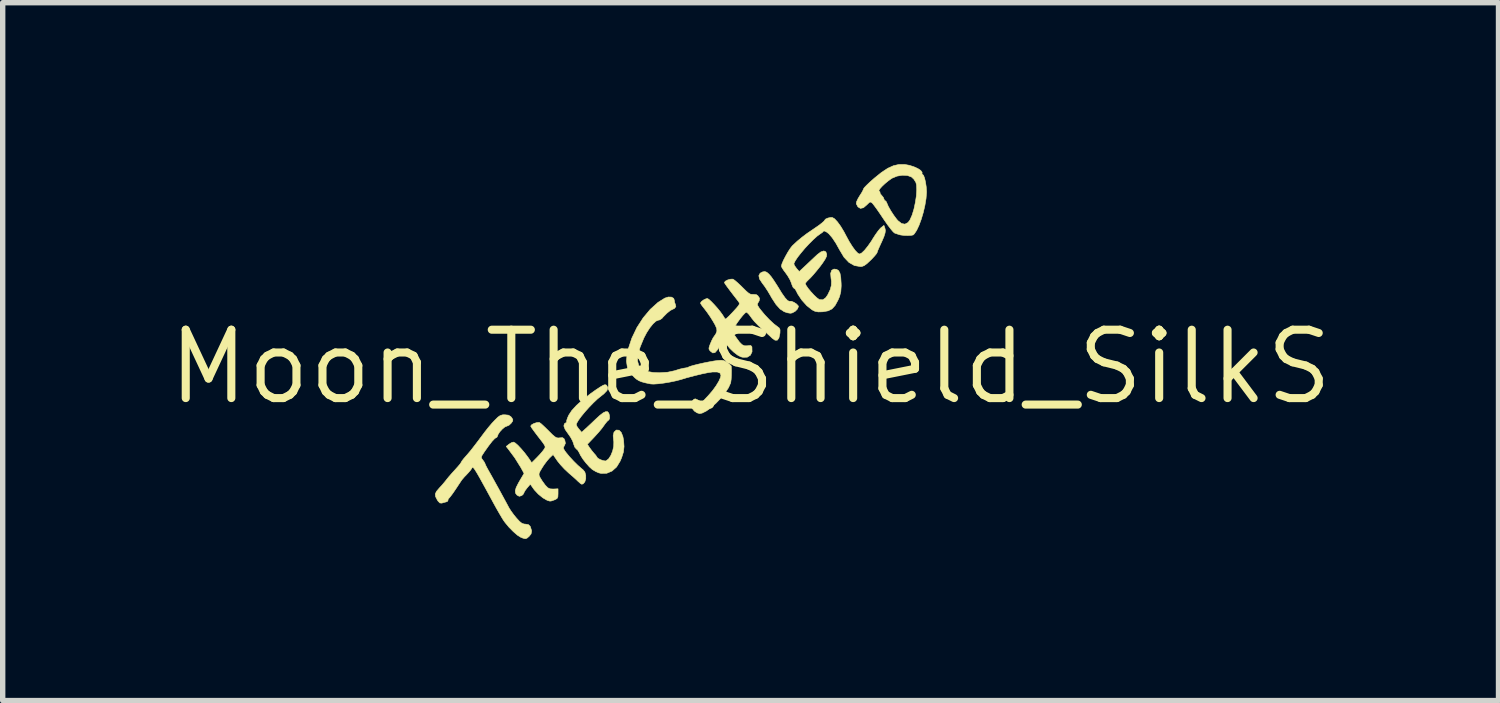
<source format=kicad_pcb>
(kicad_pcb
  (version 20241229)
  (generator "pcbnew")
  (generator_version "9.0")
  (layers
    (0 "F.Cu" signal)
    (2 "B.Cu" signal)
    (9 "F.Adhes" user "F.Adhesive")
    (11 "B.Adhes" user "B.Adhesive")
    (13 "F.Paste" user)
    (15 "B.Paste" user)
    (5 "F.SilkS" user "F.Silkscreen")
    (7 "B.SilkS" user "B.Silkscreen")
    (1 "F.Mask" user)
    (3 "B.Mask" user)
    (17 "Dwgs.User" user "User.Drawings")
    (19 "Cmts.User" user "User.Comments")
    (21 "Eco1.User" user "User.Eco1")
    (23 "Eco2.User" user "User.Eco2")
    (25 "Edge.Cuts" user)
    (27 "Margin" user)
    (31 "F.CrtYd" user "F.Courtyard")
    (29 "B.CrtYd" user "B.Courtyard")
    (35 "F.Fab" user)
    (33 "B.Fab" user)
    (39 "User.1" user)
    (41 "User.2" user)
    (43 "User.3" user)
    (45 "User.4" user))
  (footprint "Moon_The_Shield_SilkS"
    (layer "F.Cu")
    (at 10.893 3.765)
    (property "Reference" "Moon_The_Shield_SilkS" (at 0 0 180) (layer "F.SilkS") (effects (font (size 1.27 1.27) (thickness 0.15))))
    (attr through_hole)
    (fp_poly (pts (xy 0.3 -1.758) (xy 0.341 -1.723) (xy 0.381 -1.677) (xy 0.431 -1.606) (xy 0.484 -1.524) (xy 0.502 -1.496) (xy 0.579 -1.37) (xy 0.641 -1.282) (xy 0.688 -1.231) (xy 0.72 -1.218) (xy 0.723 -1.219) (xy 0.757 -1.219) (xy 0.806 -1.199) (xy 0.853 -1.168) (xy 0.884 -1.135) (xy 0.889 -1.121) (xy 0.871 -1.076) (xy 0.828 -1.032) (xy 0.773 -1.002) (xy 0.739 -0.996) (xy 0.682 -1.005) (xy 0.624 -1.025) (xy 0.549 -1.074) (xy 0.473 -1.158) (xy 0.394 -1.279) (xy 0.366 -1.329) (xy 0.316 -1.413) (xy 0.262 -1.495) (xy 0.217 -1.555) (xy 0.166 -1.632) (xy 0.153 -1.694) (xy 0.177 -1.74) (xy 0.219 -1.763) (xy 0.263 -1.771) (xy 0.3 -1.758)) (stroke (width 0.01) (type solid)) (fill yes) (layer "F.SilkS"))
    (fp_poly (pts (xy 2.863 -3.76) (xy 2.95 -3.744) (xy 3.034 -3.717) (xy 3.107 -3.684) (xy 3.16 -3.649) (xy 3.186 -3.615) (xy 3.184 -3.596) (xy 3.187 -3.578) (xy 3.192 -3.577) (xy 3.212 -3.558) (xy 3.232 -3.506) (xy 3.249 -3.433) (xy 3.262 -3.347) (xy 3.268 -3.261) (xy 3.268 -3.239) (xy 3.259 -3.125) (xy 3.238 -2.999) (xy 3.208 -2.869) (xy 3.17 -2.742) (xy 3.128 -2.628) (xy 3.084 -2.535) (xy 3.041 -2.471) (xy 3.02 -2.451) (xy 2.983 -2.443) (xy 2.921 -2.44) (xy 2.85 -2.442) (xy 2.787 -2.45) (xy 2.762 -2.456) (xy 2.705 -2.475) (xy 2.676 -2.485) (xy 2.649 -2.508) (xy 2.605 -2.56) (xy 2.549 -2.633) (xy 2.487 -2.722) (xy 2.466 -2.753) (xy 2.403 -2.847) (xy 2.345 -2.931) (xy 2.297 -2.996) (xy 2.266 -3.036) (xy 2.26 -3.042) (xy 2.234 -3.061) (xy 2.21 -3.059) (xy 2.178 -3.029) (xy 2.159 -3.01) (xy 2.096 -2.956) (xy 2.04 -2.944) (xy 1.994 -2.972) (xy 1.963 -3.03) (xy 1.968 -3.067) (xy 1.995 -3.125) (xy 2.023 -3.172) (xy 2.062 -3.233) (xy 2.085 -3.275) (xy 2.383 -3.275) (xy 2.387 -3.265) (xy 2.405 -3.247) (xy 2.403 -3.24) (xy 2.409 -3.215) (xy 2.435 -3.185) (xy 2.466 -3.147) (xy 2.477 -3.119) (xy 2.488 -3.093) (xy 2.496 -3.09) (xy 2.517 -3.073) (xy 2.531 -3.044) (xy 2.558 -2.981) (xy 2.604 -2.9) (xy 2.659 -2.816) (xy 2.714 -2.742) (xy 2.737 -2.716) (xy 2.804 -2.663) (xy 2.867 -2.651) (xy 2.924 -2.681) (xy 2.961 -2.731) (xy 3 -2.819) (xy 3.034 -2.93) (xy 3.06 -3.052) (xy 3.079 -3.175) (xy 3.086 -3.288) (xy 3.082 -3.38) (xy 3.07 -3.427) (xy 3.033 -3.486) (xy 2.988 -3.528) (xy 2.913 -3.555) (xy 2.818 -3.56) (xy 2.719 -3.543) (xy 2.628 -3.505) (xy 2.621 -3.501) (xy 2.558 -3.456) (xy 2.495 -3.404) (xy 2.44 -3.352) (xy 2.4 -3.307) (xy 2.383 -3.275) (xy 2.085 -3.275) (xy 2.089 -3.283) (xy 2.097 -3.306) (xy 2.113 -3.33) (xy 2.155 -3.374) (xy 2.217 -3.433) (xy 2.293 -3.5) (xy 2.296 -3.503) (xy 2.431 -3.612) (xy 2.548 -3.689) (xy 2.654 -3.737) (xy 2.755 -3.76) (xy 2.859 -3.76) (xy 2.863 -3.76)) (stroke (width 0.01) (type solid)) (fill yes) (layer "F.SilkS"))
    (fp_poly (pts (xy -2.684 0.336) (xy -2.673 0.345) (xy -2.652 0.388) (xy -2.668 0.44) (xy -2.725 0.5) (xy -2.777 0.541) (xy -2.845 0.596) (xy -2.922 0.669) (xy -3.002 0.752) (xy -3.079 0.838) (xy -3.147 0.921) (xy -3.2 0.994) (xy -3.232 1.049) (xy -3.238 1.073) (xy -3.226 1.105) (xy -3.194 1.15) (xy -3.188 1.157) (xy -3.138 1.215) (xy -3.07 1.153) (xy -3.019 1.106) (xy -2.952 1.043) (xy -2.884 0.978) (xy -2.801 0.902) (xy -2.739 0.854) (xy -2.693 0.832) (xy -2.659 0.832) (xy -2.657 0.833) (xy -2.634 0.859) (xy -2.621 0.905) (xy -2.619 0.953) (xy -2.632 0.985) (xy -2.637 0.988) (xy -2.663 1.01) (xy -2.701 1.056) (xy -2.722 1.086) (xy -2.765 1.145) (xy -2.826 1.218) (xy -2.894 1.293) (xy -2.906 1.306) (xy -3.032 1.438) (xy -2.994 1.497) (xy -2.95 1.556) (xy -2.907 1.608) (xy -2.873 1.647) (xy -2.858 1.671) (xy -2.857 1.673) (xy -2.839 1.696) (xy -2.796 1.721) (xy -2.744 1.74) (xy -2.699 1.748) (xy -2.688 1.746) (xy -2.64 1.712) (xy -2.597 1.647) (xy -2.563 1.564) (xy -2.543 1.475) (xy -2.541 1.391) (xy -2.544 1.37) (xy -2.553 1.279) (xy -2.537 1.212) (xy -2.497 1.175) (xy -2.492 1.173) (xy -2.443 1.177) (xy -2.402 1.219) (xy -2.372 1.296) (xy -2.359 1.367) (xy -2.351 1.48) (xy -2.362 1.58) (xy -2.395 1.685) (xy -2.423 1.751) (xy -2.489 1.859) (xy -2.574 1.935) (xy -2.671 1.976) (xy -2.776 1.979) (xy -2.82 1.969) (xy -2.877 1.944) (xy -2.938 1.908) (xy -2.942 1.905) (xy -2.994 1.858) (xy -3.055 1.79) (xy -3.114 1.714) (xy -3.16 1.642) (xy -3.184 1.592) (xy -3.212 1.546) (xy -3.237 1.525) (xy -3.266 1.491) (xy -3.286 1.437) (xy -3.287 1.431) (xy -3.307 1.375) (xy -3.345 1.305) (xy -3.385 1.248) (xy -3.445 1.162) (xy -3.469 1.098) (xy -3.459 1.057) (xy -3.44 1.045) (xy -3.417 1.026) (xy -3.418 1.017) (xy -3.415 0.99) (xy -3.397 0.939) (xy -3.377 0.895) (xy -3.321 0.81) (xy -3.231 0.712) (xy -3.111 0.605) (xy -2.966 0.492) (xy -2.864 0.42) (xy -2.787 0.37) (xy -2.737 0.341) (xy -2.705 0.331) (xy -2.684 0.336)) (stroke (width 0.01) (type solid)) (fill yes) (layer "F.SilkS"))
    (fp_poly (pts (xy -1.47 -1.296) (xy -1.429 -1.273) (xy -1.418 -1.241) (xy -1.409 -1.19) (xy -1.399 -1.166) (xy -1.388 -1.12) (xy -1.416 -1.084) (xy -1.446 -1.071) (xy -1.495 -1.046) (xy -1.558 -0.994) (xy -1.626 -0.925) (xy -1.647 -0.9) (xy -1.688 -0.873) (xy -1.713 -0.868) (xy -1.757 -0.85) (xy -1.812 -0.8) (xy -1.872 -0.726) (xy -1.931 -0.635) (xy -1.982 -0.538) (xy -2.052 -0.369) (xy -2.092 -0.228) (xy -2.101 -0.114) (xy -2.078 -0.026) (xy -2.023 0.039) (xy -1.935 0.082) (xy -1.812 0.104) (xy -1.695 0.109) (xy -1.539 0.099) (xy -1.409 0.071) (xy -1.388 0.064) (xy -1.314 0.041) (xy -1.251 0.026) (xy -1.218 0.021) (xy -1.172 0.013) (xy -1.153 0.003) (xy -1.123 -0.01) (xy -1.061 -0.028) (xy -0.977 -0.049) (xy -0.88 -0.071) (xy -0.78 -0.091) (xy -0.687 -0.108) (xy -0.618 -0.118) (xy -0.545 -0.123) (xy -0.493 -0.115) (xy -0.444 -0.089) (xy -0.433 -0.081) (xy -0.387 -0.046) (xy -0.361 -0.017) (xy -0.359 -0.011) (xy -0.356 0.067) (xy -0.357 0.153) (xy -0.361 0.232) (xy -0.369 0.289) (xy -0.371 0.299) (xy -0.41 0.386) (xy -0.473 0.482) (xy -0.552 0.58) (xy -0.641 0.673) (xy -0.733 0.755) (xy -0.821 0.819) (xy -0.899 0.858) (xy -0.946 0.868) (xy -0.994 0.854) (xy -1.044 0.821) (xy -1.045 0.82) (xy -1.098 0.755) (xy -1.11 0.693) (xy -1.081 0.633) (xy -1.081 0.633) (xy -1.052 0.601) (xy -1.026 0.594) (xy -0.988 0.611) (xy -0.971 0.62) (xy -0.903 0.658) (xy -0.789 0.537) (xy -0.71 0.446) (xy -0.642 0.353) (xy -0.589 0.265) (xy -0.557 0.192) (xy -0.551 0.156) (xy -0.568 0.115) (xy -0.619 0.095) (xy -0.707 0.095) (xy -0.79 0.107) (xy -0.907 0.131) (xy -1.047 0.165) (xy -1.19 0.203) (xy -1.291 0.234) (xy -1.386 0.259) (xy -1.496 0.282) (xy -1.61 0.301) (xy -1.715 0.314) (xy -1.802 0.32) (xy -1.857 0.317) (xy -1.957 0.296) (xy -2.026 0.277) (xy -2.076 0.256) (xy -2.119 0.229) (xy -2.155 0.199) (xy -2.239 0.11) (xy -2.289 0.01) (xy -2.306 -0.107) (xy -2.293 -0.246) (xy -2.274 -0.329) (xy -2.206 -0.534) (xy -2.112 -0.73) (xy -1.996 -0.91) (xy -1.864 -1.068) (xy -1.721 -1.197) (xy -1.594 -1.277) (xy -1.529 -1.298) (xy -1.47 -1.296)) (stroke (width 0.01) (type solid)) (fill yes) (layer "F.SilkS"))
    (fp_poly (pts (xy -3.919 1.036) (xy -3.889 1.058) (xy -3.839 1.104) (xy -3.777 1.164) (xy -3.749 1.192) (xy -3.683 1.258) (xy -3.637 1.297) (xy -3.602 1.317) (xy -3.57 1.321) (xy -3.543 1.318) (xy -3.493 1.315) (xy -3.466 1.333) (xy -3.451 1.364) (xy -3.44 1.42) (xy -3.46 1.465) (xy -3.476 1.495) (xy -3.473 1.523) (xy -3.449 1.563) (xy -3.424 1.596) (xy -3.362 1.671) (xy -3.287 1.752) (xy -3.21 1.828) (xy -3.142 1.888) (xy -3.115 1.909) (xy -3.079 1.953) (xy -3.062 2.014) (xy -3.062 2.079) (xy -3.079 2.136) (xy -3.111 2.173) (xy -3.137 2.18) (xy -3.161 2.166) (xy -3.198 2.133) (xy -3.201 2.131) (xy -3.24 2.093) (xy -3.3 2.039) (xy -3.369 1.98) (xy -3.38 1.97) (xy -3.457 1.898) (xy -3.532 1.817) (xy -3.59 1.745) (xy -3.591 1.743) (xy -3.669 1.629) (xy -3.735 1.692) (xy -3.782 1.746) (xy -3.836 1.818) (xy -3.873 1.875) (xy -3.911 1.939) (xy -3.929 1.98) (xy -3.93 2.011) (xy -3.917 2.044) (xy -3.908 2.06) (xy -3.87 2.121) (xy -3.822 2.187) (xy -3.812 2.2) (xy -3.767 2.246) (xy -3.724 2.266) (xy -3.665 2.269) (xy -3.577 2.265) (xy -3.577 2.356) (xy -3.58 2.415) (xy -3.596 2.446) (xy -3.633 2.467) (xy -3.647 2.472) (xy -3.697 2.49) (xy -3.727 2.494) (xy -3.757 2.486) (xy -3.784 2.476) (xy -3.86 2.432) (xy -3.943 2.364) (xy -4.016 2.286) (xy -4.036 2.259) (xy -4.092 2.179) (xy -4.151 2.248) (xy -4.188 2.297) (xy -4.209 2.335) (xy -4.211 2.343) (xy -4.229 2.373) (xy -4.256 2.393) (xy -4.298 2.404) (xy -4.336 2.384) (xy -4.342 2.379) (xy -4.367 2.345) (xy -4.372 2.302) (xy -4.355 2.242) (xy -4.314 2.16) (xy -4.283 2.106) (xy -4.208 1.979) (xy -4.266 1.873) (xy -4.38 1.69) (xy -4.493 1.538) (xy -4.54 1.478) (xy -4.49 1.438) (xy -4.443 1.408) (xy -4.404 1.397) (xy -4.373 1.413) (xy -4.323 1.456) (xy -4.263 1.52) (xy -4.198 1.596) (xy -4.137 1.677) (xy -4.119 1.702) (xy -4.066 1.781) (xy -3.972 1.687) (xy -3.915 1.627) (xy -3.866 1.57) (xy -3.842 1.538) (xy -3.826 1.514) (xy -3.817 1.495) (xy -3.819 1.474) (xy -3.834 1.445) (xy -3.865 1.4) (xy -3.916 1.334) (xy -3.974 1.259) (xy -4.024 1.192) (xy -4.063 1.138) (xy -4.083 1.104) (xy -4.085 1.099) (xy -4.067 1.075) (xy -4.024 1.051) (xy -3.972 1.035) (xy -3.928 1.032) (xy -3.919 1.036)) (stroke (width 0.01) (type solid)) (fill yes) (layer "F.SilkS"))
    (fp_poly (pts (xy -4.498 0.897) (xy -4.455 0.923) (xy -4.44 0.94) (xy -4.417 0.977) (xy -4.419 1.006) (xy -4.447 1.046) (xy -4.488 1.084) (xy -4.528 1.101) (xy -4.529 1.101) (xy -4.566 1.117) (xy -4.613 1.156) (xy -4.659 1.206) (xy -4.691 1.255) (xy -4.699 1.281) (xy -4.714 1.309) (xy -4.725 1.313) (xy -4.754 1.332) (xy -4.802 1.383) (xy -4.866 1.466) (xy -4.944 1.576) (xy -4.957 1.596) (xy -4.99 1.647) (xy -5.002 1.678) (xy -4.993 1.705) (xy -4.973 1.732) (xy -4.944 1.773) (xy -4.932 1.8) (xy -4.932 1.8) (xy -4.922 1.825) (xy -4.896 1.876) (xy -4.859 1.943) (xy -4.854 1.951) (xy -4.81 2.029) (xy -4.751 2.136) (xy -4.681 2.262) (xy -4.607 2.398) (xy -4.532 2.536) (xy -4.485 2.624) (xy -4.45 2.678) (xy -4.399 2.748) (xy -4.349 2.809) (xy -4.292 2.871) (xy -4.249 2.905) (xy -4.209 2.919) (xy -4.183 2.921) (xy -4.127 2.93) (xy -4.094 2.963) (xy -4.089 2.975) (xy -4.067 3.047) (xy -4.078 3.103) (xy -4.115 3.149) (xy -4.154 3.182) (xy -4.186 3.192) (xy -4.228 3.182) (xy -4.27 3.165) (xy -4.332 3.126) (xy -4.407 3.061) (xy -4.487 2.98) (xy -4.56 2.892) (xy -4.591 2.849) (xy -4.622 2.799) (xy -4.668 2.721) (xy -4.723 2.625) (xy -4.782 2.518) (xy -4.804 2.477) (xy -4.898 2.304) (xy -4.974 2.166) (xy -5.033 2.059) (xy -5.079 1.979) (xy -5.113 1.923) (xy -5.138 1.887) (xy -5.155 1.87) (xy -5.166 1.866) (xy -5.175 1.874) (xy -5.179 1.884) (xy -5.201 1.917) (xy -5.242 1.965) (xy -5.268 1.993) (xy -5.317 2.044) (xy -5.354 2.087) (xy -5.366 2.102) (xy -5.387 2.133) (xy -5.424 2.189) (xy -5.471 2.26) (xy -5.485 2.281) (xy -5.533 2.351) (xy -5.575 2.407) (xy -5.603 2.44) (xy -5.607 2.444) (xy -5.622 2.468) (xy -5.62 2.476) (xy -5.628 2.496) (xy -5.651 2.507) (xy -5.709 2.523) (xy -5.736 2.531) (xy -5.772 2.528) (xy -5.806 2.494) (xy -5.82 2.472) (xy -5.852 2.41) (xy -5.858 2.362) (xy -5.835 2.313) (xy -5.784 2.253) (xy -5.725 2.188) (xy -5.669 2.121) (xy -5.649 2.095) (xy -5.606 2.042) (xy -5.546 1.973) (xy -5.485 1.906) (xy -5.433 1.848) (xy -5.394 1.801) (xy -5.377 1.775) (xy -5.376 1.773) (xy -5.363 1.749) (xy -5.329 1.705) (xy -5.295 1.666) (xy -5.252 1.617) (xy -5.203 1.559) (xy -5.146 1.486) (xy -5.074 1.392) (xy -4.985 1.273) (xy -4.938 1.21) (xy -4.874 1.129) (xy -4.801 1.043) (xy -4.751 0.99) (xy -4.694 0.934) (xy -4.651 0.904) (xy -4.607 0.891) (xy -4.565 0.89) (xy -4.498 0.897)) (stroke (width 0.01) (type solid)) (fill yes) (layer "F.SilkS"))
    (fp_poly (pts (xy -0.326 -1.629) (xy -0.294 -1.607) (xy -0.242 -1.563) (xy -0.179 -1.504) (xy -0.15 -1.475) (xy -0.082 -1.408) (xy -0.035 -1.368) (xy 0.001 -1.349) (xy 0.032 -1.346) (xy 0.042 -1.347) (xy 0.106 -1.342) (xy 0.134 -1.323) (xy 0.166 -1.275) (xy 0.159 -1.226) (xy 0.141 -1.196) (xy 0.127 -1.17) (xy 0.131 -1.141) (xy 0.157 -1.098) (xy 0.185 -1.061) (xy 0.263 -0.967) (xy 0.349 -0.876) (xy 0.433 -0.798) (xy 0.495 -0.751) (xy 0.532 -0.722) (xy 0.547 -0.689) (xy 0.546 -0.636) (xy 0.544 -0.618) (xy 0.526 -0.537) (xy 0.496 -0.496) (xy 0.453 -0.496) (xy 0.398 -0.535) (xy 0.398 -0.536) (xy 0.359 -0.573) (xy 0.299 -0.627) (xy 0.23 -0.688) (xy 0.212 -0.704) (xy 0.138 -0.773) (xy 0.068 -0.846) (xy 0.017 -0.91) (xy 0.011 -0.919) (xy -0.029 -0.973) (xy -0.064 -1.008) (xy -0.079 -1.016) (xy -0.104 -0.999) (xy -0.145 -0.956) (xy -0.195 -0.894) (xy -0.247 -0.822) (xy -0.295 -0.749) (xy -0.308 -0.726) (xy -0.347 -0.658) (xy -0.265 -0.54) (xy -0.206 -0.46) (xy -0.158 -0.412) (xy -0.112 -0.391) (xy -0.059 -0.392) (xy -0.046 -0.394) (xy 0.001 -0.398) (xy 0.021 -0.38) (xy 0.025 -0.367) (xy 0.027 -0.28) (xy -0.004 -0.216) (xy -0.062 -0.18) (xy -0.143 -0.178) (xy -0.181 -0.187) (xy -0.241 -0.219) (xy -0.314 -0.275) (xy -0.385 -0.343) (xy -0.439 -0.409) (xy -0.474 -0.457) (xy -0.495 -0.474) (xy -0.512 -0.465) (xy -0.522 -0.452) (xy -0.551 -0.411) (xy -0.566 -0.392) (xy -0.588 -0.36) (xy -0.62 -0.313) (xy -0.62 -0.312) (xy -0.662 -0.265) (xy -0.703 -0.259) (xy -0.749 -0.294) (xy -0.749 -0.294) (xy -0.77 -0.321) (xy -0.774 -0.349) (xy -0.761 -0.394) (xy -0.749 -0.426) (xy -0.722 -0.489) (xy -0.697 -0.538) (xy -0.689 -0.55) (xy -0.646 -0.612) (xy -0.626 -0.663) (xy -0.63 -0.714) (xy -0.658 -0.778) (xy -0.695 -0.843) (xy -0.748 -0.928) (xy -0.805 -1.011) (xy -0.855 -1.077) (xy -0.856 -1.078) (xy -0.898 -1.131) (xy -0.925 -1.171) (xy -0.931 -1.186) (xy -0.914 -1.213) (xy -0.874 -1.243) (xy -0.828 -1.265) (xy -0.802 -1.27) (xy -0.776 -1.255) (xy -0.731 -1.214) (xy -0.675 -1.156) (xy -0.616 -1.09) (xy -0.562 -1.023) (xy -0.52 -0.965) (xy -0.499 -0.931) (xy -0.478 -0.897) (xy -0.464 -0.889) (xy -0.444 -0.904) (xy -0.402 -0.943) (xy -0.348 -0.999) (xy -0.32 -1.029) (xy -0.259 -1.096) (xy -0.223 -1.14) (xy -0.208 -1.169) (xy -0.211 -1.191) (xy -0.226 -1.214) (xy -0.228 -1.217) (xy -0.322 -1.338) (xy -0.392 -1.43) (xy -0.441 -1.496) (xy -0.471 -1.539) (xy -0.485 -1.562) (xy -0.487 -1.568) (xy -0.469 -1.592) (xy -0.425 -1.615) (xy -0.374 -1.629) (xy -0.33 -1.63) (xy -0.326 -1.629)) (stroke (width 0.01) (type solid)) (fill yes) (layer "F.SilkS"))
    (fp_poly (pts (xy 1.518 -2.775) (xy 1.56 -2.751) (xy 1.613 -2.694) (xy 1.674 -2.61) (xy 1.736 -2.507) (xy 1.77 -2.442) (xy 1.83 -2.331) (xy 1.89 -2.235) (xy 1.945 -2.16) (xy 1.992 -2.112) (xy 2.024 -2.096) (xy 2.063 -2.115) (xy 2.117 -2.166) (xy 2.179 -2.243) (xy 2.246 -2.339) (xy 2.266 -2.373) (xy 2.318 -2.454) (xy 2.368 -2.524) (xy 2.41 -2.574) (xy 2.422 -2.585) (xy 2.477 -2.628) (xy 2.495 -2.579) (xy 2.504 -2.537) (xy 2.498 -2.487) (xy 2.477 -2.42) (xy 2.438 -2.329) (xy 2.415 -2.28) (xy 2.383 -2.209) (xy 2.359 -2.153) (xy 2.35 -2.123) (xy 2.349 -2.122) (xy 2.335 -2.098) (xy 2.298 -2.054) (xy 2.245 -1.997) (xy 2.229 -1.982) (xy 2.161 -1.918) (xy 2.11 -1.881) (xy 2.067 -1.865) (xy 2.041 -1.863) (xy 1.929 -1.882) (xy 1.827 -1.94) (xy 1.735 -2.037) (xy 1.653 -2.174) (xy 1.584 -2.298) (xy 1.516 -2.4) (xy 1.453 -2.473) (xy 1.413 -2.504) (xy 1.374 -2.523) (xy 1.355 -2.524) (xy 1.355 -2.522) (xy 1.338 -2.502) (xy 1.299 -2.474) (xy 1.295 -2.472) (xy 1.236 -2.429) (xy 1.165 -2.365) (xy 1.086 -2.286) (xy 1.007 -2.201) (xy 0.934 -2.114) (xy 0.871 -2.034) (xy 0.827 -1.967) (xy 0.805 -1.92) (xy 0.804 -1.912) (xy 0.817 -1.88) (xy 0.849 -1.835) (xy 0.854 -1.828) (xy 0.904 -1.771) (xy 1.029 -1.888) (xy 1.102 -1.957) (xy 1.175 -2.026) (xy 1.234 -2.081) (xy 1.237 -2.084) (xy 1.306 -2.136) (xy 1.361 -2.154) (xy 1.398 -2.137) (xy 1.414 -2.092) (xy 1.41 -2.053) (xy 1.385 -2.001) (xy 1.338 -1.929) (xy 1.293 -1.868) (xy 1.228 -1.787) (xy 1.164 -1.711) (xy 1.11 -1.652) (xy 1.09 -1.633) (xy 1.047 -1.59) (xy 1.02 -1.558) (xy 1.016 -1.549) (xy 1.03 -1.514) (xy 1.067 -1.46) (xy 1.119 -1.397) (xy 1.176 -1.335) (xy 1.231 -1.283) (xy 1.274 -1.252) (xy 1.281 -1.249) (xy 1.341 -1.246) (xy 1.396 -1.285) (xy 1.433 -1.339) (xy 1.479 -1.435) (xy 1.5 -1.514) (xy 1.502 -1.593) (xy 1.494 -1.647) (xy 1.487 -1.737) (xy 1.506 -1.794) (xy 1.549 -1.817) (xy 1.595 -1.812) (xy 1.633 -1.79) (xy 1.66 -1.741) (xy 1.675 -1.662) (xy 1.682 -1.548) (xy 1.683 -1.503) (xy 1.676 -1.399) (xy 1.653 -1.307) (xy 1.623 -1.238) (xy 1.57 -1.141) (xy 1.512 -1.077) (xy 1.44 -1.041) (xy 1.344 -1.024) (xy 1.337 -1.023) (xy 1.256 -1.021) (xy 1.197 -1.032) (xy 1.143 -1.059) (xy 1.044 -1.137) (xy 0.951 -1.241) (xy 0.875 -1.355) (xy 0.852 -1.402) (xy 0.828 -1.444) (xy 0.806 -1.46) (xy 0.788 -1.479) (xy 0.768 -1.525) (xy 0.761 -1.548) (xy 0.735 -1.613) (xy 0.691 -1.689) (xy 0.655 -1.74) (xy 0.611 -1.799) (xy 0.581 -1.847) (xy 0.572 -1.872) (xy 0.582 -1.913) (xy 0.61 -1.979) (xy 0.65 -2.056) (xy 0.694 -2.134) (xy 0.738 -2.202) (xy 0.773 -2.247) (xy 0.775 -2.249) (xy 0.866 -2.334) (xy 0.953 -2.406) (xy 1.048 -2.478) (xy 1.166 -2.558) (xy 1.18 -2.568) (xy 1.259 -2.622) (xy 1.323 -2.671) (xy 1.364 -2.707) (xy 1.376 -2.725) (xy 1.394 -2.746) (xy 1.437 -2.765) (xy 1.487 -2.775) (xy 1.518 -2.775)) (stroke (width 0.01) (type solid)) (fill yes) (layer "F.SilkS")))
  (gr_rect
    (start -3 -3)
    (end 24.786 9.963)
    (stroke (width 0.1) (type default))
    (fill no)
    (layer "Edge.Cuts")))
</source>
